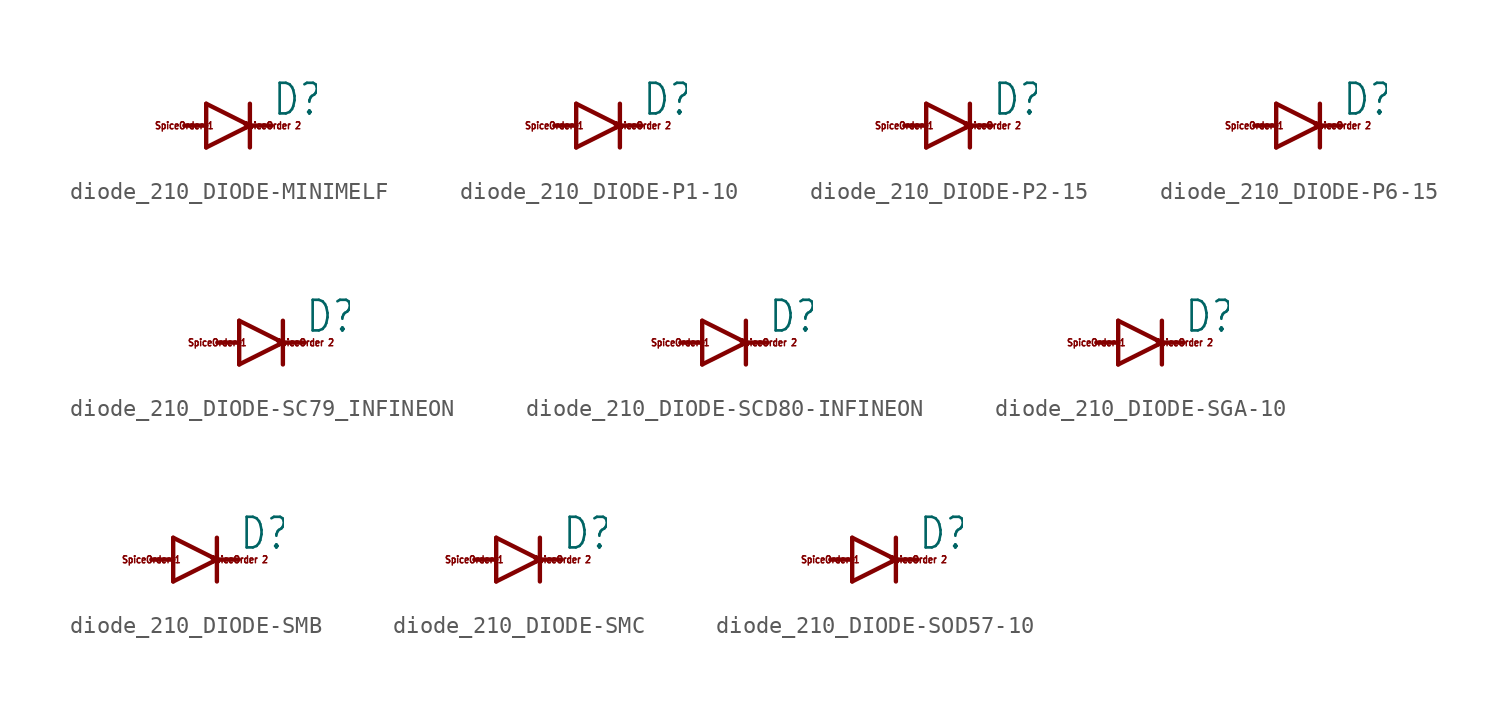
<source format=kicad_sym>
(kicad_symbol_lib
  (version 20241209)
  (generator "kicad_symbol_editor")
  (generator_version "9.0")
  (symbol "diode_210_DIODE-MINIMELF"
    (property "Reference" "D"
      (at 2.54 0.483 0)
      (effects (font (size 1.778 1.511)) (justify left bottom)))
    (property "Value" ""
      (at 2.54 -2.311 0)
      (effects (font (size 1.778 1.511)) (justify left bottom)))
    (property "ki_locked" ""
      (at 0 0 0)
      (effects (font (size 1.27 1.27))))
    (symbol "diode_210_DIODE-MINIMELF_1_0"
      (polyline (pts (xy -1.27 1.27) (xy -1.27 0)) (stroke (width 0.254) (type solid)) (fill (type none)))
      (polyline (pts (xy -1.27 0) (xy -2.54 0)) (stroke (width 0.254) (type solid)) (fill (type none)))
      (polyline (pts (xy -1.27 0) (xy -1.27 -1.27)) (stroke (width 0.254) (type solid)) (fill (type none)))
      (polyline (pts (xy -1.27 -1.27) (xy 1.27 0)) (stroke (width 0.254) (type solid)) (fill (type none)))
      (polyline (pts (xy 1.27 1.27) (xy 1.27 0)) (stroke (width 0.254) (type solid)) (fill (type none)))
      (polyline (pts (xy 1.27 0) (xy -1.27 1.27)) (stroke (width 0.254) (type solid)) (fill (type none)))
      (polyline (pts (xy 1.27 0) (xy 1.27 -1.27)) (stroke (width 0.254) (type solid)) (fill (type none)))
      (polyline (pts (xy 2.54 0) (xy 1.27 0)) (stroke (width 0.254) (type solid)) (fill (type none)))
      (text "SpiceOrder 1" (at -2.54 0 0) (effects (font (size 0.406 0.345))))
      (text "SpiceOrder 2" (at 2.54 0 0) (effects (font (size 0.406 0.345))))
      (pin passive line (at -2.54 0 0) (length 0) (name "A" (effects (font (size 0 0)))) (number "A" (effects (font (size 0 0)))))
      (pin passive line (at 2.54 0 180) (length 0) (name "C" (effects (font (size 0 0)))) (number "C" (effects (font (size 0 0)))))))
  (symbol "diode_210_DIODE-P1-10"
    (property "Reference" "D"
      (at 2.54 0.483 0)
      (effects (font (size 1.778 1.511)) (justify left bottom)))
    (property "Value" ""
      (at 2.54 -2.311 0)
      (effects (font (size 1.778 1.511)) (justify left bottom)))
    (property "ki_locked" ""
      (at 0 0 0)
      (effects (font (size 1.27 1.27))))
    (symbol "diode_210_DIODE-P1-10_1_0"
      (polyline (pts (xy -1.27 1.27) (xy -1.27 0)) (stroke (width 0.254) (type solid)) (fill (type none)))
      (polyline (pts (xy -1.27 0) (xy -2.54 0)) (stroke (width 0.254) (type solid)) (fill (type none)))
      (polyline (pts (xy -1.27 0) (xy -1.27 -1.27)) (stroke (width 0.254) (type solid)) (fill (type none)))
      (polyline (pts (xy -1.27 -1.27) (xy 1.27 0)) (stroke (width 0.254) (type solid)) (fill (type none)))
      (polyline (pts (xy 1.27 1.27) (xy 1.27 0)) (stroke (width 0.254) (type solid)) (fill (type none)))
      (polyline (pts (xy 1.27 0) (xy -1.27 1.27)) (stroke (width 0.254) (type solid)) (fill (type none)))
      (polyline (pts (xy 1.27 0) (xy 1.27 -1.27)) (stroke (width 0.254) (type solid)) (fill (type none)))
      (polyline (pts (xy 2.54 0) (xy 1.27 0)) (stroke (width 0.254) (type solid)) (fill (type none)))
      (text "SpiceOrder 1" (at -2.54 0 0) (effects (font (size 0.406 0.345))))
      (text "SpiceOrder 2" (at 2.54 0 0) (effects (font (size 0.406 0.345))))
      (pin passive line (at -2.54 0 0) (length 0) (name "A" (effects (font (size 0 0)))) (number "A" (effects (font (size 0 0)))))
      (pin passive line (at 2.54 0 180) (length 0) (name "C" (effects (font (size 0 0)))) (number "C" (effects (font (size 0 0)))))))
  (symbol "diode_210_DIODE-P2-15"
    (property "Reference" "D"
      (at 2.54 0.483 0)
      (effects (font (size 1.778 1.511)) (justify left bottom)))
    (property "Value" ""
      (at 2.54 -2.311 0)
      (effects (font (size 1.778 1.511)) (justify left bottom)))
    (property "ki_locked" ""
      (at 0 0 0)
      (effects (font (size 1.27 1.27))))
    (symbol "diode_210_DIODE-P2-15_1_0"
      (polyline (pts (xy -1.27 1.27) (xy -1.27 0)) (stroke (width 0.254) (type solid)) (fill (type none)))
      (polyline (pts (xy -1.27 0) (xy -2.54 0)) (stroke (width 0.254) (type solid)) (fill (type none)))
      (polyline (pts (xy -1.27 0) (xy -1.27 -1.27)) (stroke (width 0.254) (type solid)) (fill (type none)))
      (polyline (pts (xy -1.27 -1.27) (xy 1.27 0)) (stroke (width 0.254) (type solid)) (fill (type none)))
      (polyline (pts (xy 1.27 1.27) (xy 1.27 0)) (stroke (width 0.254) (type solid)) (fill (type none)))
      (polyline (pts (xy 1.27 0) (xy -1.27 1.27)) (stroke (width 0.254) (type solid)) (fill (type none)))
      (polyline (pts (xy 1.27 0) (xy 1.27 -1.27)) (stroke (width 0.254) (type solid)) (fill (type none)))
      (polyline (pts (xy 2.54 0) (xy 1.27 0)) (stroke (width 0.254) (type solid)) (fill (type none)))
      (text "SpiceOrder 1" (at -2.54 0 0) (effects (font (size 0.406 0.345))))
      (text "SpiceOrder 2" (at 2.54 0 0) (effects (font (size 0.406 0.345))))
      (pin passive line (at -2.54 0 0) (length 0) (name "A" (effects (font (size 0 0)))) (number "A" (effects (font (size 0 0)))))
      (pin passive line (at 2.54 0 180) (length 0) (name "C" (effects (font (size 0 0)))) (number "C" (effects (font (size 0 0)))))))
  (symbol "diode_210_DIODE-P6-15"
    (property "Reference" "D"
      (at 2.54 0.483 0)
      (effects (font (size 1.778 1.511)) (justify left bottom)))
    (property "Value" ""
      (at 2.54 -2.311 0)
      (effects (font (size 1.778 1.511)) (justify left bottom)))
    (property "ki_locked" ""
      (at 0 0 0)
      (effects (font (size 1.27 1.27))))
    (symbol "diode_210_DIODE-P6-15_1_0"
      (polyline (pts (xy -1.27 1.27) (xy -1.27 0)) (stroke (width 0.254) (type solid)) (fill (type none)))
      (polyline (pts (xy -1.27 0) (xy -2.54 0)) (stroke (width 0.254) (type solid)) (fill (type none)))
      (polyline (pts (xy -1.27 0) (xy -1.27 -1.27)) (stroke (width 0.254) (type solid)) (fill (type none)))
      (polyline (pts (xy -1.27 -1.27) (xy 1.27 0)) (stroke (width 0.254) (type solid)) (fill (type none)))
      (polyline (pts (xy 1.27 1.27) (xy 1.27 0)) (stroke (width 0.254) (type solid)) (fill (type none)))
      (polyline (pts (xy 1.27 0) (xy -1.27 1.27)) (stroke (width 0.254) (type solid)) (fill (type none)))
      (polyline (pts (xy 1.27 0) (xy 1.27 -1.27)) (stroke (width 0.254) (type solid)) (fill (type none)))
      (polyline (pts (xy 2.54 0) (xy 1.27 0)) (stroke (width 0.254) (type solid)) (fill (type none)))
      (text "SpiceOrder 1" (at -2.54 0 0) (effects (font (size 0.406 0.345))))
      (text "SpiceOrder 2" (at 2.54 0 0) (effects (font (size 0.406 0.345))))
      (pin passive line (at -2.54 0 0) (length 0) (name "A" (effects (font (size 0 0)))) (number "A" (effects (font (size 0 0)))))
      (pin passive line (at 2.54 0 180) (length 0) (name "C" (effects (font (size 0 0)))) (number "C" (effects (font (size 0 0)))))))
  (symbol "diode_210_DIODE-SC79_INFINEON"
    (property "Reference" "D"
      (at 2.54 0.483 0)
      (effects (font (size 1.778 1.511)) (justify left bottom)))
    (property "Value" ""
      (at 2.54 -2.311 0)
      (effects (font (size 1.778 1.511)) (justify left bottom)))
    (property "ki_locked" ""
      (at 0 0 0)
      (effects (font (size 1.27 1.27))))
    (symbol "diode_210_DIODE-SC79_INFINEON_1_0"
      (polyline (pts (xy -1.27 1.27) (xy -1.27 0)) (stroke (width 0.254) (type solid)) (fill (type none)))
      (polyline (pts (xy -1.27 0) (xy -2.54 0)) (stroke (width 0.254) (type solid)) (fill (type none)))
      (polyline (pts (xy -1.27 0) (xy -1.27 -1.27)) (stroke (width 0.254) (type solid)) (fill (type none)))
      (polyline (pts (xy -1.27 -1.27) (xy 1.27 0)) (stroke (width 0.254) (type solid)) (fill (type none)))
      (polyline (pts (xy 1.27 1.27) (xy 1.27 0)) (stroke (width 0.254) (type solid)) (fill (type none)))
      (polyline (pts (xy 1.27 0) (xy -1.27 1.27)) (stroke (width 0.254) (type solid)) (fill (type none)))
      (polyline (pts (xy 1.27 0) (xy 1.27 -1.27)) (stroke (width 0.254) (type solid)) (fill (type none)))
      (polyline (pts (xy 2.54 0) (xy 1.27 0)) (stroke (width 0.254) (type solid)) (fill (type none)))
      (text "SpiceOrder 1" (at -2.54 0 0) (effects (font (size 0.406 0.345))))
      (text "SpiceOrder 2" (at 2.54 0 0) (effects (font (size 0.406 0.345))))
      (pin passive line (at -2.54 0 0) (length 0) (name "A" (effects (font (size 0 0)))) (number "A" (effects (font (size 0 0)))))
      (pin passive line (at 2.54 0 180) (length 0) (name "C" (effects (font (size 0 0)))) (number "C" (effects (font (size 0 0)))))))
  (symbol "diode_210_DIODE-SCD80-INFINEON"
    (property "Reference" "D"
      (at 2.54 0.483 0)
      (effects (font (size 1.778 1.511)) (justify left bottom)))
    (property "Value" ""
      (at 2.54 -2.311 0)
      (effects (font (size 1.778 1.511)) (justify left bottom)))
    (property "ki_locked" ""
      (at 0 0 0)
      (effects (font (size 1.27 1.27))))
    (symbol "diode_210_DIODE-SCD80-INFINEON_1_0"
      (polyline (pts (xy -1.27 1.27) (xy -1.27 0)) (stroke (width 0.254) (type solid)) (fill (type none)))
      (polyline (pts (xy -1.27 0) (xy -2.54 0)) (stroke (width 0.254) (type solid)) (fill (type none)))
      (polyline (pts (xy -1.27 0) (xy -1.27 -1.27)) (stroke (width 0.254) (type solid)) (fill (type none)))
      (polyline (pts (xy -1.27 -1.27) (xy 1.27 0)) (stroke (width 0.254) (type solid)) (fill (type none)))
      (polyline (pts (xy 1.27 1.27) (xy 1.27 0)) (stroke (width 0.254) (type solid)) (fill (type none)))
      (polyline (pts (xy 1.27 0) (xy -1.27 1.27)) (stroke (width 0.254) (type solid)) (fill (type none)))
      (polyline (pts (xy 1.27 0) (xy 1.27 -1.27)) (stroke (width 0.254) (type solid)) (fill (type none)))
      (polyline (pts (xy 2.54 0) (xy 1.27 0)) (stroke (width 0.254) (type solid)) (fill (type none)))
      (text "SpiceOrder 1" (at -2.54 0 0) (effects (font (size 0.406 0.345))))
      (text "SpiceOrder 2" (at 2.54 0 0) (effects (font (size 0.406 0.345))))
      (pin passive line (at -2.54 0 0) (length 0) (name "A" (effects (font (size 0 0)))) (number "A" (effects (font (size 0 0)))))
      (pin passive line (at 2.54 0 180) (length 0) (name "C" (effects (font (size 0 0)))) (number "C" (effects (font (size 0 0)))))))
  (symbol "diode_210_DIODE-SGA-10"
    (property "Reference" "D"
      (at 2.54 0.483 0)
      (effects (font (size 1.778 1.511)) (justify left bottom)))
    (property "Value" ""
      (at 2.54 -2.311 0)
      (effects (font (size 1.778 1.511)) (justify left bottom)))
    (property "ki_locked" ""
      (at 0 0 0)
      (effects (font (size 1.27 1.27))))
    (symbol "diode_210_DIODE-SGA-10_1_0"
      (polyline (pts (xy -1.27 1.27) (xy -1.27 0)) (stroke (width 0.254) (type solid)) (fill (type none)))
      (polyline (pts (xy -1.27 0) (xy -2.54 0)) (stroke (width 0.254) (type solid)) (fill (type none)))
      (polyline (pts (xy -1.27 0) (xy -1.27 -1.27)) (stroke (width 0.254) (type solid)) (fill (type none)))
      (polyline (pts (xy -1.27 -1.27) (xy 1.27 0)) (stroke (width 0.254) (type solid)) (fill (type none)))
      (polyline (pts (xy 1.27 1.27) (xy 1.27 0)) (stroke (width 0.254) (type solid)) (fill (type none)))
      (polyline (pts (xy 1.27 0) (xy -1.27 1.27)) (stroke (width 0.254) (type solid)) (fill (type none)))
      (polyline (pts (xy 1.27 0) (xy 1.27 -1.27)) (stroke (width 0.254) (type solid)) (fill (type none)))
      (polyline (pts (xy 2.54 0) (xy 1.27 0)) (stroke (width 0.254) (type solid)) (fill (type none)))
      (text "SpiceOrder 1" (at -2.54 0 0) (effects (font (size 0.406 0.345))))
      (text "SpiceOrder 2" (at 2.54 0 0) (effects (font (size 0.406 0.345))))
      (pin passive line (at -2.54 0 0) (length 0) (name "A" (effects (font (size 0 0)))) (number "A" (effects (font (size 0 0)))))
      (pin passive line (at 2.54 0 180) (length 0) (name "C" (effects (font (size 0 0)))) (number "C" (effects (font (size 0 0)))))))
  (symbol "diode_210_DIODE-SMB"
    (property "Reference" "D"
      (at 2.54 0.483 0)
      (effects (font (size 1.778 1.511)) (justify left bottom)))
    (property "Value" ""
      (at 2.54 -2.311 0)
      (effects (font (size 1.778 1.511)) (justify left bottom)))
    (property "ki_locked" ""
      (at 0 0 0)
      (effects (font (size 1.27 1.27))))
    (symbol "diode_210_DIODE-SMB_1_0"
      (polyline (pts (xy -1.27 1.27) (xy -1.27 0)) (stroke (width 0.254) (type solid)) (fill (type none)))
      (polyline (pts (xy -1.27 0) (xy -2.54 0)) (stroke (width 0.254) (type solid)) (fill (type none)))
      (polyline (pts (xy -1.27 0) (xy -1.27 -1.27)) (stroke (width 0.254) (type solid)) (fill (type none)))
      (polyline (pts (xy -1.27 -1.27) (xy 1.27 0)) (stroke (width 0.254) (type solid)) (fill (type none)))
      (polyline (pts (xy 1.27 1.27) (xy 1.27 0)) (stroke (width 0.254) (type solid)) (fill (type none)))
      (polyline (pts (xy 1.27 0) (xy -1.27 1.27)) (stroke (width 0.254) (type solid)) (fill (type none)))
      (polyline (pts (xy 1.27 0) (xy 1.27 -1.27)) (stroke (width 0.254) (type solid)) (fill (type none)))
      (polyline (pts (xy 2.54 0) (xy 1.27 0)) (stroke (width 0.254) (type solid)) (fill (type none)))
      (text "SpiceOrder 1" (at -2.54 0 0) (effects (font (size 0.406 0.345))))
      (text "SpiceOrder 2" (at 2.54 0 0) (effects (font (size 0.406 0.345))))
      (pin passive line (at -2.54 0 0) (length 0) (name "A" (effects (font (size 0 0)))) (number "A" (effects (font (size 0 0)))))
      (pin passive line (at 2.54 0 180) (length 0) (name "C" (effects (font (size 0 0)))) (number "C" (effects (font (size 0 0)))))))
  (symbol "diode_210_DIODE-SMC"
    (property "Reference" "D"
      (at 2.54 0.483 0)
      (effects (font (size 1.778 1.511)) (justify left bottom)))
    (property "Value" ""
      (at 2.54 -2.311 0)
      (effects (font (size 1.778 1.511)) (justify left bottom)))
    (property "ki_locked" ""
      (at 0 0 0)
      (effects (font (size 1.27 1.27))))
    (symbol "diode_210_DIODE-SMC_1_0"
      (polyline (pts (xy -1.27 1.27) (xy -1.27 0)) (stroke (width 0.254) (type solid)) (fill (type none)))
      (polyline (pts (xy -1.27 0) (xy -2.54 0)) (stroke (width 0.254) (type solid)) (fill (type none)))
      (polyline (pts (xy -1.27 0) (xy -1.27 -1.27)) (stroke (width 0.254) (type solid)) (fill (type none)))
      (polyline (pts (xy -1.27 -1.27) (xy 1.27 0)) (stroke (width 0.254) (type solid)) (fill (type none)))
      (polyline (pts (xy 1.27 1.27) (xy 1.27 0)) (stroke (width 0.254) (type solid)) (fill (type none)))
      (polyline (pts (xy 1.27 0) (xy -1.27 1.27)) (stroke (width 0.254) (type solid)) (fill (type none)))
      (polyline (pts (xy 1.27 0) (xy 1.27 -1.27)) (stroke (width 0.254) (type solid)) (fill (type none)))
      (polyline (pts (xy 2.54 0) (xy 1.27 0)) (stroke (width 0.254) (type solid)) (fill (type none)))
      (text "SpiceOrder 1" (at -2.54 0 0) (effects (font (size 0.406 0.345))))
      (text "SpiceOrder 2" (at 2.54 0 0) (effects (font (size 0.406 0.345))))
      (pin passive line (at -2.54 0 0) (length 0) (name "A" (effects (font (size 0 0)))) (number "A" (effects (font (size 0 0)))))
      (pin passive line (at 2.54 0 180) (length 0) (name "C" (effects (font (size 0 0)))) (number "C" (effects (font (size 0 0)))))))
  (symbol "diode_210_DIODE-SOD57-10"
    (property "Reference" "D"
      (at 2.54 0.483 0)
      (effects (font (size 1.778 1.511)) (justify left bottom)))
    (property "Value" ""
      (at 2.54 -2.311 0)
      (effects (font (size 1.778 1.511)) (justify left bottom)))
    (property "ki_locked" ""
      (at 0 0 0)
      (effects (font (size 1.27 1.27))))
    (symbol "diode_210_DIODE-SOD57-10_1_0"
      (polyline (pts (xy -1.27 1.27) (xy -1.27 0)) (stroke (width 0.254) (type solid)) (fill (type none)))
      (polyline (pts (xy -1.27 0) (xy -2.54 0)) (stroke (width 0.254) (type solid)) (fill (type none)))
      (polyline (pts (xy -1.27 0) (xy -1.27 -1.27)) (stroke (width 0.254) (type solid)) (fill (type none)))
      (polyline (pts (xy -1.27 -1.27) (xy 1.27 0)) (stroke (width 0.254) (type solid)) (fill (type none)))
      (polyline (pts (xy 1.27 1.27) (xy 1.27 0)) (stroke (width 0.254) (type solid)) (fill (type none)))
      (polyline (pts (xy 1.27 0) (xy -1.27 1.27)) (stroke (width 0.254) (type solid)) (fill (type none)))
      (polyline (pts (xy 1.27 0) (xy 1.27 -1.27)) (stroke (width 0.254) (type solid)) (fill (type none)))
      (polyline (pts (xy 2.54 0) (xy 1.27 0)) (stroke (width 0.254) (type solid)) (fill (type none)))
      (text "SpiceOrder 1" (at -2.54 0 0) (effects (font (size 0.406 0.345))))
      (text "SpiceOrder 2" (at 2.54 0 0) (effects (font (size 0.406 0.345))))
      (pin passive line (at -2.54 0 0) (length 0) (name "A" (effects (font (size 0 0)))) (number "A" (effects (font (size 0 0)))))
      (pin passive line (at 2.54 0 180) (length 0) (name "C" (effects (font (size 0 0)))) (number "C" (effects (font (size 0 0))))))))
</source>
